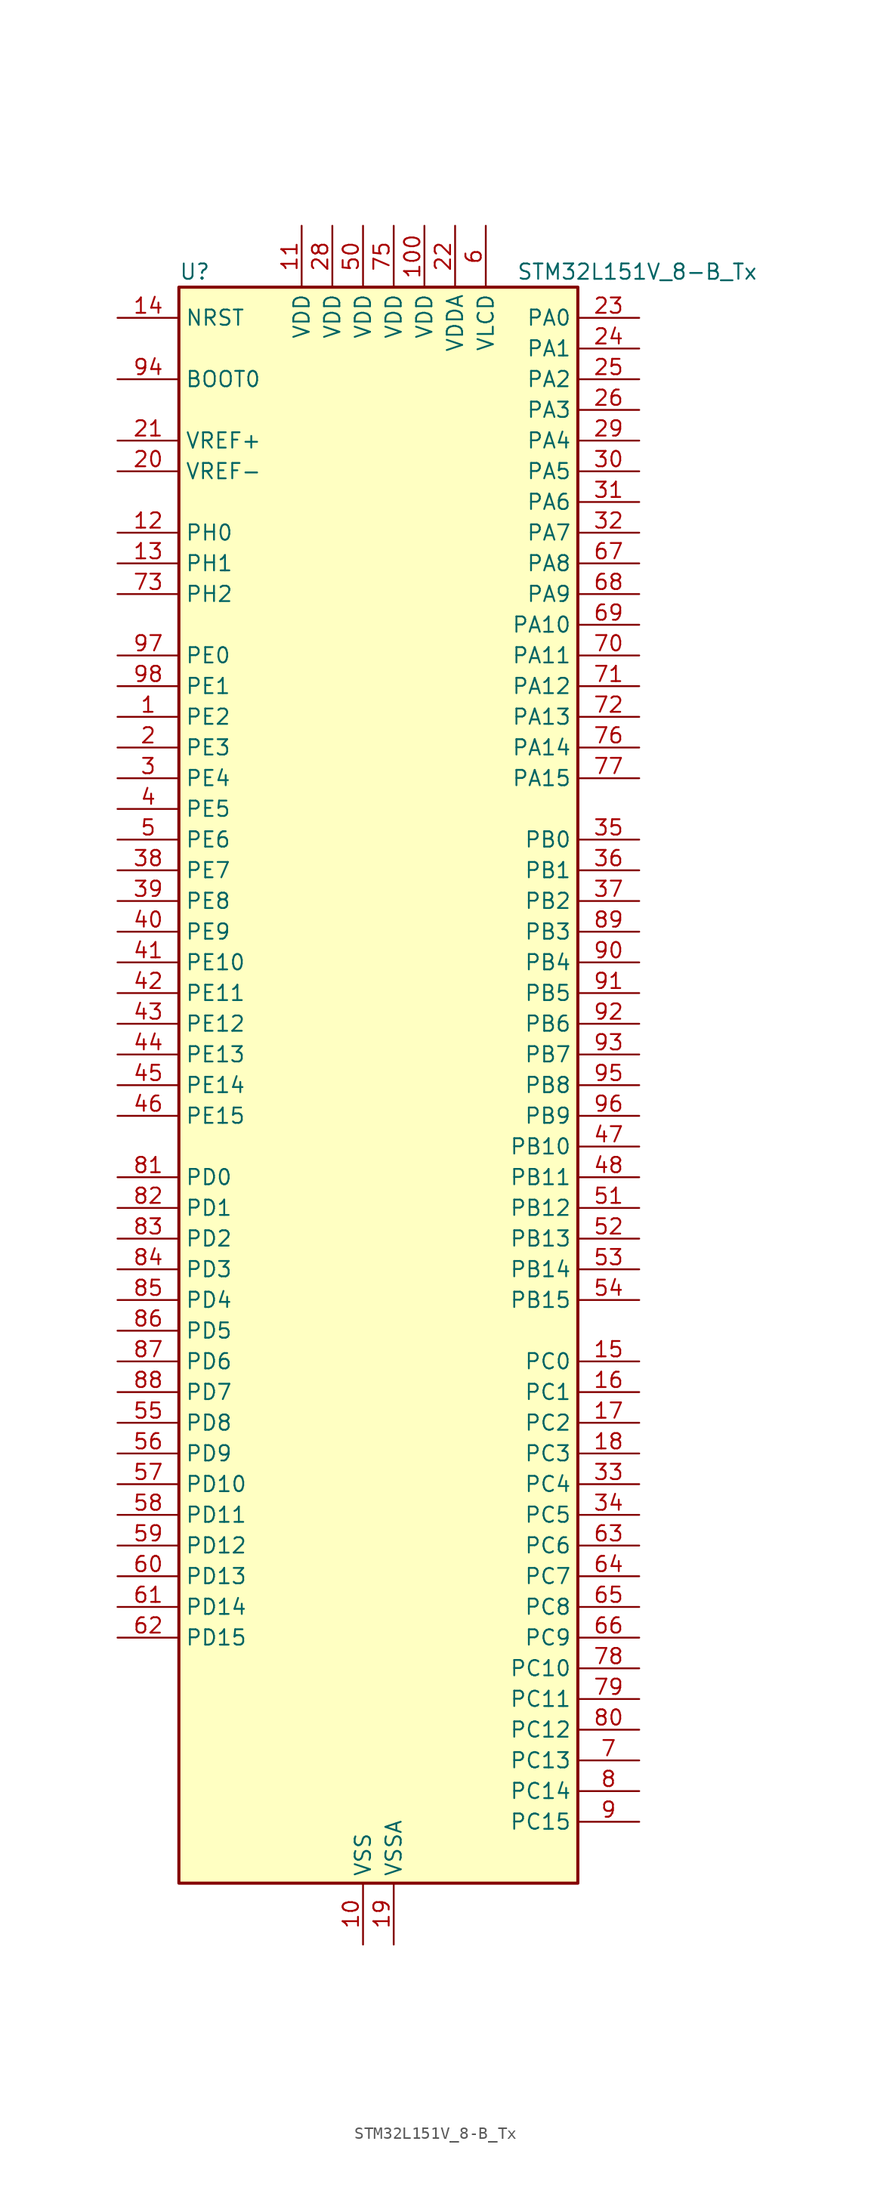
<source format=kicad_sym>
(kicad_symbol_lib
  (version 20231120)
  (generator "kicad-library-utils")
  (generator_version "8.0")
  (symbol "STM32L151V_8-B_Tx"
    (property "Reference" "U"
      (at -15.24 67.31 0)
      (effects (font (size 1.27 1.27)) (justify left)))
    (property "Value" "STM32L151V_8-B_Tx"
      (at 12.7 67.31 0)
      (effects (font (size 1.27 1.27)) (justify left)))
    (symbol "STM32L151V_8-B_Tx_0_1"
      (rectangle (start -15.24 -66.04) (end 17.78 66.04) (stroke (width 0.254) (type default)) (fill (type background))))
    (symbol "STM32L151V_8-B_Tx_1_1"
      (pin bidirectional line (at -20.32 30.48 0) (length 5.08) (name "PE2" (effects (font (size 1.27 1.27)))) (number "1" (effects (font (size 1.27 1.27)))) (alternate "SYS_TRACECK" bidirectional line) (alternate "TIM3_ETR" bidirectional line) (alternate "TIMX_IC3" bidirectional line))
      (pin power_in line (at 0 -71.12 90) (length 5.08) (name "VSS" (effects (font (size 1.27 1.27)))) (number "10" (effects (font (size 1.27 1.27)))))
      (pin power_in line (at 5.08 71.12 270) (length 5.08) (name "VDD" (effects (font (size 1.27 1.27)))) (number "100" (effects (font (size 1.27 1.27)))))
      (pin power_in line (at -5.08 71.12 270) (length 5.08) (name "VDD" (effects (font (size 1.27 1.27)))) (number "11" (effects (font (size 1.27 1.27)))))
      (pin bidirectional line (at -20.32 45.72 0) (length 5.08) (name "PH0" (effects (font (size 1.27 1.27)))) (number "12" (effects (font (size 1.27 1.27)))) (alternate "RCC_OSC_IN" bidirectional line))
      (pin bidirectional line (at -20.32 43.18 0) (length 5.08) (name "PH1" (effects (font (size 1.27 1.27)))) (number "13" (effects (font (size 1.27 1.27)))) (alternate "RCC_OSC_OUT" bidirectional line))
      (pin input line (at -20.32 63.5 0) (length 5.08) (name "NRST" (effects (font (size 1.27 1.27)))) (number "14" (effects (font (size 1.27 1.27)))))
      (pin bidirectional line (at 22.86 -22.86 180) (length 5.08) (name "PC0" (effects (font (size 1.27 1.27)))) (number "15" (effects (font (size 1.27 1.27)))) (alternate "ADC_IN10" bidirectional line) (alternate "COMP1_INP" bidirectional line) (alternate "TIMX_IC1" bidirectional line) (alternate "TS_G8_IO1" bidirectional line))
      (pin bidirectional line (at 22.86 -25.4 180) (length 5.08) (name "PC1" (effects (font (size 1.27 1.27)))) (number "16" (effects (font (size 1.27 1.27)))) (alternate "ADC_IN11" bidirectional line) (alternate "COMP1_INP" bidirectional line) (alternate "TIMX_IC2" bidirectional line) (alternate "TS_G8_IO2" bidirectional line))
      (pin bidirectional line (at 22.86 -27.94 180) (length 5.08) (name "PC2" (effects (font (size 1.27 1.27)))) (number "17" (effects (font (size 1.27 1.27)))) (alternate "ADC_IN12" bidirectional line) (alternate "COMP1_INP" bidirectional line) (alternate "TIMX_IC3" bidirectional line) (alternate "TS_G8_IO3" bidirectional line))
      (pin bidirectional line (at 22.86 -30.48 180) (length 5.08) (name "PC3" (effects (font (size 1.27 1.27)))) (number "18" (effects (font (size 1.27 1.27)))) (alternate "ADC_IN13" bidirectional line) (alternate "COMP1_INP" bidirectional line) (alternate "TIMX_IC4" bidirectional line) (alternate "TS_G8_IO4" bidirectional line))
      (pin power_in line (at 2.54 -71.12 90) (length 5.08) (name "VSSA" (effects (font (size 1.27 1.27)))) (number "19" (effects (font (size 1.27 1.27)))))
      (pin bidirectional line (at -20.32 27.94 0) (length 5.08) (name "PE3" (effects (font (size 1.27 1.27)))) (number "2" (effects (font (size 1.27 1.27)))) (alternate "SYS_TRACED0" bidirectional line) (alternate "TIM3_CH1" bidirectional line) (alternate "TIMX_IC4" bidirectional line))
      (pin input line (at -20.32 50.8 0) (length 5.08) (name "VREF-" (effects (font (size 1.27 1.27)))) (number "20" (effects (font (size 1.27 1.27)))))
      (pin input line (at -20.32 53.34 0) (length 5.08) (name "VREF+" (effects (font (size 1.27 1.27)))) (number "21" (effects (font (size 1.27 1.27)))))
      (pin power_in line (at 7.62 71.12 270) (length 5.08) (name "VDDA" (effects (font (size 1.27 1.27)))) (number "22" (effects (font (size 1.27 1.27)))))
      (pin bidirectional line (at 22.86 63.5 180) (length 5.08) (name "PA0" (effects (font (size 1.27 1.27)))) (number "23" (effects (font (size 1.27 1.27)))) (alternate "ADC_IN0" bidirectional line) (alternate "COMP1_INP" bidirectional line) (alternate "SYS_WKUP1" bidirectional line) (alternate "TIM2_CH1" bidirectional line) (alternate "TIM2_ETR" bidirectional line) (alternate "TIMX_IC1" bidirectional line) (alternate "TS_G1_IO1" bidirectional line) (alternate "USART2_CTS" bidirectional line))
      (pin bidirectional line (at 22.86 60.96 180) (length 5.08) (name "PA1" (effects (font (size 1.27 1.27)))) (number "24" (effects (font (size 1.27 1.27)))) (alternate "ADC_IN1" bidirectional line) (alternate "COMP1_INP" bidirectional line) (alternate "TIM2_CH2" bidirectional line) (alternate "TIMX_IC2" bidirectional line) (alternate "TS_G1_IO2" bidirectional line) (alternate "USART2_RTS" bidirectional line))
      (pin bidirectional line (at 22.86 58.42 180) (length 5.08) (name "PA2" (effects (font (size 1.27 1.27)))) (number "25" (effects (font (size 1.27 1.27)))) (alternate "ADC_IN2" bidirectional line) (alternate "COMP1_INP" bidirectional line) (alternate "TIM2_CH3" bidirectional line) (alternate "TIM9_CH1" bidirectional line) (alternate "TIMX_IC3" bidirectional line) (alternate "TS_G1_IO3" bidirectional line) (alternate "USART2_TX" bidirectional line))
      (pin bidirectional line (at 22.86 55.88 180) (length 5.08) (name "PA3" (effects (font (size 1.27 1.27)))) (number "26" (effects (font (size 1.27 1.27)))) (alternate "ADC_IN3" bidirectional line) (alternate "COMP1_INP" bidirectional line) (alternate "TIM2_CH4" bidirectional line) (alternate "TIM9_CH2" bidirectional line) (alternate "TIMX_IC4" bidirectional line) (alternate "TS_G1_IO4" bidirectional line) (alternate "USART2_RX" bidirectional line))
      (pin passive line (at 0 -71.12 90) (length 5.08) hide (name "VSS" (effects (font (size 1.27 1.27)))) (number "27" (effects (font (size 1.27 1.27)))))
      (pin power_in line (at -2.54 71.12 270) (length 5.08) (name "VDD" (effects (font (size 1.27 1.27)))) (number "28" (effects (font (size 1.27 1.27)))))
      (pin bidirectional line (at 22.86 53.34 180) (length 5.08) (name "PA4" (effects (font (size 1.27 1.27)))) (number "29" (effects (font (size 1.27 1.27)))) (alternate "ADC_IN4" bidirectional line) (alternate "COMP1_INP" bidirectional line) (alternate "DAC_OUT1" bidirectional line) (alternate "SPI1_NSS" bidirectional line) (alternate "TIMX_IC1" bidirectional line) (alternate "USART2_CK" bidirectional line))
      (pin bidirectional line (at -20.32 25.4 0) (length 5.08) (name "PE4" (effects (font (size 1.27 1.27)))) (number "3" (effects (font (size 1.27 1.27)))) (alternate "SYS_TRACED1" bidirectional line) (alternate "TIM3_CH2" bidirectional line) (alternate "TIMX_IC1" bidirectional line))
      (pin bidirectional line (at 22.86 50.8 180) (length 5.08) (name "PA5" (effects (font (size 1.27 1.27)))) (number "30" (effects (font (size 1.27 1.27)))) (alternate "ADC_IN5" bidirectional line) (alternate "COMP1_INP" bidirectional line) (alternate "DAC_OUT2" bidirectional line) (alternate "SPI1_SCK" bidirectional line) (alternate "TIM2_CH1" bidirectional line) (alternate "TIM2_ETR" bidirectional line) (alternate "TIMX_IC2" bidirectional line))
      (pin bidirectional line (at 22.86 48.26 180) (length 5.08) (name "PA6" (effects (font (size 1.27 1.27)))) (number "31" (effects (font (size 1.27 1.27)))) (alternate "ADC_IN6" bidirectional line) (alternate "COMP1_INP" bidirectional line) (alternate "SPI1_MISO" bidirectional line) (alternate "TIM10_CH1" bidirectional line) (alternate "TIM3_CH1" bidirectional line) (alternate "TIMX_IC3" bidirectional line) (alternate "TS_G2_IO1" bidirectional line))
      (pin bidirectional line (at 22.86 45.72 180) (length 5.08) (name "PA7" (effects (font (size 1.27 1.27)))) (number "32" (effects (font (size 1.27 1.27)))) (alternate "ADC_IN7" bidirectional line) (alternate "COMP1_INP" bidirectional line) (alternate "SPI1_MOSI" bidirectional line) (alternate "TIM11_CH1" bidirectional line) (alternate "TIM3_CH2" bidirectional line) (alternate "TIMX_IC4" bidirectional line) (alternate "TS_G2_IO2" bidirectional line))
      (pin bidirectional line (at 22.86 -33.02 180) (length 5.08) (name "PC4" (effects (font (size 1.27 1.27)))) (number "33" (effects (font (size 1.27 1.27)))) (alternate "ADC_IN14" bidirectional line) (alternate "COMP1_INP" bidirectional line) (alternate "TIMX_IC1" bidirectional line) (alternate "TS_G9_IO1" bidirectional line))
      (pin bidirectional line (at 22.86 -35.56 180) (length 5.08) (name "PC5" (effects (font (size 1.27 1.27)))) (number "34" (effects (font (size 1.27 1.27)))) (alternate "ADC_IN15" bidirectional line) (alternate "COMP1_INP" bidirectional line) (alternate "TIMX_IC2" bidirectional line) (alternate "TS_G9_IO2" bidirectional line))
      (pin bidirectional line (at 22.86 20.32 180) (length 5.08) (name "PB0" (effects (font (size 1.27 1.27)))) (number "35" (effects (font (size 1.27 1.27)))) (alternate "ADC_IN8" bidirectional line) (alternate "COMP1_INP" bidirectional line) (alternate "SYS_V_REF_OUT" bidirectional line) (alternate "TIM3_CH3" bidirectional line) (alternate "TS_G3_IO1" bidirectional line))
      (pin bidirectional line (at 22.86 17.78 180) (length 5.08) (name "PB1" (effects (font (size 1.27 1.27)))) (number "36" (effects (font (size 1.27 1.27)))) (alternate "ADC_IN9" bidirectional line) (alternate "COMP1_INP" bidirectional line) (alternate "SYS_V_REF_OUT" bidirectional line) (alternate "TIM3_CH4" bidirectional line) (alternate "TS_G3_IO2" bidirectional line))
      (pin bidirectional line (at 22.86 15.24 180) (length 5.08) (name "PB2" (effects (font (size 1.27 1.27)))) (number "37" (effects (font (size 1.27 1.27)))))
      (pin bidirectional line (at -20.32 17.78 0) (length 5.08) (name "PE7" (effects (font (size 1.27 1.27)))) (number "38" (effects (font (size 1.27 1.27)))) (alternate "ADC_IN22" bidirectional line) (alternate "COMP1_INP" bidirectional line) (alternate "TIMX_IC4" bidirectional line))
      (pin bidirectional line (at -20.32 15.24 0) (length 5.08) (name "PE8" (effects (font (size 1.27 1.27)))) (number "39" (effects (font (size 1.27 1.27)))) (alternate "ADC_IN23" bidirectional line) (alternate "COMP1_INP" bidirectional line) (alternate "TIMX_IC1" bidirectional line))
      (pin bidirectional line (at -20.32 22.86 0) (length 5.08) (name "PE5" (effects (font (size 1.27 1.27)))) (number "4" (effects (font (size 1.27 1.27)))) (alternate "SYS_TRACED2" bidirectional line) (alternate "TIM9_CH1" bidirectional line) (alternate "TIMX_IC2" bidirectional line))
      (pin bidirectional line (at -20.32 12.7 0) (length 5.08) (name "PE9" (effects (font (size 1.27 1.27)))) (number "40" (effects (font (size 1.27 1.27)))) (alternate "ADC_IN24" bidirectional line) (alternate "COMP1_INP" bidirectional line) (alternate "DAC_EXTI9" bidirectional line) (alternate "TIM2_CH1" bidirectional line) (alternate "TIM2_ETR" bidirectional line) (alternate "TIMX_IC2" bidirectional line))
      (pin bidirectional line (at -20.32 10.16 0) (length 5.08) (name "PE10" (effects (font (size 1.27 1.27)))) (number "41" (effects (font (size 1.27 1.27)))) (alternate "ADC_IN25" bidirectional line) (alternate "COMP1_INP" bidirectional line) (alternate "TIM2_CH2" bidirectional line) (alternate "TIMX_IC3" bidirectional line))
      (pin bidirectional line (at -20.32 7.62 0) (length 5.08) (name "PE11" (effects (font (size 1.27 1.27)))) (number "42" (effects (font (size 1.27 1.27)))) (alternate "ADC_EXTI11" bidirectional line) (alternate "TIM2_CH3" bidirectional line) (alternate "TIMX_IC4" bidirectional line))
      (pin bidirectional line (at -20.32 5.08 0) (length 5.08) (name "PE12" (effects (font (size 1.27 1.27)))) (number "43" (effects (font (size 1.27 1.27)))) (alternate "SPI1_NSS" bidirectional line) (alternate "TIM2_CH4" bidirectional line) (alternate "TIMX_IC1" bidirectional line))
      (pin bidirectional line (at -20.32 2.54 0) (length 5.08) (name "PE13" (effects (font (size 1.27 1.27)))) (number "44" (effects (font (size 1.27 1.27)))) (alternate "SPI1_SCK" bidirectional line) (alternate "TIMX_IC2" bidirectional line))
      (pin bidirectional line (at -20.32 0 0) (length 5.08) (name "PE14" (effects (font (size 1.27 1.27)))) (number "45" (effects (font (size 1.27 1.27)))) (alternate "SPI1_MISO" bidirectional line) (alternate "TIMX_IC3" bidirectional line))
      (pin bidirectional line (at -20.32 -2.54 0) (length 5.08) (name "PE15" (effects (font (size 1.27 1.27)))) (number "46" (effects (font (size 1.27 1.27)))) (alternate "ADC_EXTI15" bidirectional line) (alternate "SPI1_MOSI" bidirectional line) (alternate "TIMX_IC4" bidirectional line))
      (pin bidirectional line (at 22.86 -5.08 180) (length 5.08) (name "PB10" (effects (font (size 1.27 1.27)))) (number "47" (effects (font (size 1.27 1.27)))) (alternate "I2C2_SCL" bidirectional line) (alternate "TIM2_CH3" bidirectional line) (alternate "USART3_TX" bidirectional line))
      (pin bidirectional line (at 22.86 -7.62 180) (length 5.08) (name "PB11" (effects (font (size 1.27 1.27)))) (number "48" (effects (font (size 1.27 1.27)))) (alternate "ADC_EXTI11" bidirectional line) (alternate "I2C2_SDA" bidirectional line) (alternate "TIM2_CH4" bidirectional line) (alternate "USART3_RX" bidirectional line))
      (pin passive line (at 0 -71.12 90) (length 5.08) hide (name "VSS" (effects (font (size 1.27 1.27)))) (number "49" (effects (font (size 1.27 1.27)))))
      (pin bidirectional line (at -20.32 20.32 0) (length 5.08) (name "PE6" (effects (font (size 1.27 1.27)))) (number "5" (effects (font (size 1.27 1.27)))) (alternate "SYS_TRACED3" bidirectional line) (alternate "SYS_WKUP3" bidirectional line) (alternate "TIM9_CH2" bidirectional line) (alternate "TIMX_IC3" bidirectional line))
      (pin power_in line (at 0 71.12 270) (length 5.08) (name "VDD" (effects (font (size 1.27 1.27)))) (number "50" (effects (font (size 1.27 1.27)))))
      (pin bidirectional line (at 22.86 -10.16 180) (length 5.08) (name "PB12" (effects (font (size 1.27 1.27)))) (number "51" (effects (font (size 1.27 1.27)))) (alternate "ADC_IN18" bidirectional line) (alternate "COMP1_INP" bidirectional line) (alternate "I2C2_SMBA" bidirectional line) (alternate "SPI2_NSS" bidirectional line) (alternate "TIM10_CH1" bidirectional line) (alternate "TS_G7_IO1" bidirectional line) (alternate "USART3_CK" bidirectional line))
      (pin bidirectional line (at 22.86 -12.7 180) (length 5.08) (name "PB13" (effects (font (size 1.27 1.27)))) (number "52" (effects (font (size 1.27 1.27)))) (alternate "ADC_IN19" bidirectional line) (alternate "COMP1_INP" bidirectional line) (alternate "SPI2_SCK" bidirectional line) (alternate "TIM9_CH1" bidirectional line) (alternate "TS_G7_IO2" bidirectional line) (alternate "USART3_CTS" bidirectional line))
      (pin bidirectional line (at 22.86 -15.24 180) (length 5.08) (name "PB14" (effects (font (size 1.27 1.27)))) (number "53" (effects (font (size 1.27 1.27)))) (alternate "ADC_IN20" bidirectional line) (alternate "COMP1_INP" bidirectional line) (alternate "SPI2_MISO" bidirectional line) (alternate "TIM9_CH2" bidirectional line) (alternate "TS_G7_IO3" bidirectional line) (alternate "USART3_RTS" bidirectional line))
      (pin bidirectional line (at 22.86 -17.78 180) (length 5.08) (name "PB15" (effects (font (size 1.27 1.27)))) (number "54" (effects (font (size 1.27 1.27)))) (alternate "ADC_EXTI15" bidirectional line) (alternate "ADC_IN21" bidirectional line) (alternate "COMP1_INP" bidirectional line) (alternate "RTC_REFIN" bidirectional line) (alternate "SPI2_MOSI" bidirectional line) (alternate "TIM11_CH1" bidirectional line) (alternate "TS_G7_IO4" bidirectional line))
      (pin bidirectional line (at -20.32 -27.94 0) (length 5.08) (name "PD8" (effects (font (size 1.27 1.27)))) (number "55" (effects (font (size 1.27 1.27)))) (alternate "TIMX_IC1" bidirectional line) (alternate "USART3_TX" bidirectional line))
      (pin bidirectional line (at -20.32 -30.48 0) (length 5.08) (name "PD9" (effects (font (size 1.27 1.27)))) (number "56" (effects (font (size 1.27 1.27)))) (alternate "DAC_EXTI9" bidirectional line) (alternate "TIMX_IC2" bidirectional line) (alternate "USART3_RX" bidirectional line))
      (pin bidirectional line (at -20.32 -33.02 0) (length 5.08) (name "PD10" (effects (font (size 1.27 1.27)))) (number "57" (effects (font (size 1.27 1.27)))) (alternate "TIMX_IC3" bidirectional line) (alternate "USART3_CK" bidirectional line))
      (pin bidirectional line (at -20.32 -35.56 0) (length 5.08) (name "PD11" (effects (font (size 1.27 1.27)))) (number "58" (effects (font (size 1.27 1.27)))) (alternate "ADC_EXTI11" bidirectional line) (alternate "TIMX_IC4" bidirectional line) (alternate "USART3_CTS" bidirectional line))
      (pin bidirectional line (at -20.32 -38.1 0) (length 5.08) (name "PD12" (effects (font (size 1.27 1.27)))) (number "59" (effects (font (size 1.27 1.27)))) (alternate "TIM4_CH1" bidirectional line) (alternate "TIMX_IC1" bidirectional line) (alternate "USART3_RTS" bidirectional line))
      (pin power_in line (at 10.16 71.12 270) (length 5.08) (name "VLCD" (effects (font (size 1.27 1.27)))) (number "6" (effects (font (size 1.27 1.27)))))
      (pin bidirectional line (at -20.32 -40.64 0) (length 5.08) (name "PD13" (effects (font (size 1.27 1.27)))) (number "60" (effects (font (size 1.27 1.27)))) (alternate "TIM4_CH2" bidirectional line) (alternate "TIMX_IC2" bidirectional line))
      (pin bidirectional line (at -20.32 -43.18 0) (length 5.08) (name "PD14" (effects (font (size 1.27 1.27)))) (number "61" (effects (font (size 1.27 1.27)))) (alternate "TIM4_CH3" bidirectional line) (alternate "TIMX_IC3" bidirectional line))
      (pin bidirectional line (at -20.32 -45.72 0) (length 5.08) (name "PD15" (effects (font (size 1.27 1.27)))) (number "62" (effects (font (size 1.27 1.27)))) (alternate "ADC_EXTI15" bidirectional line) (alternate "TIM4_CH4" bidirectional line) (alternate "TIMX_IC4" bidirectional line))
      (pin bidirectional line (at 22.86 -38.1 180) (length 5.08) (name "PC6" (effects (font (size 1.27 1.27)))) (number "63" (effects (font (size 1.27 1.27)))) (alternate "TIM3_CH1" bidirectional line) (alternate "TIMX_IC3" bidirectional line) (alternate "TS_G10_IO1" bidirectional line))
      (pin bidirectional line (at 22.86 -40.64 180) (length 5.08) (name "PC7" (effects (font (size 1.27 1.27)))) (number "64" (effects (font (size 1.27 1.27)))) (alternate "TIM3_CH2" bidirectional line) (alternate "TIMX_IC4" bidirectional line) (alternate "TS_G10_IO2" bidirectional line))
      (pin bidirectional line (at 22.86 -43.18 180) (length 5.08) (name "PC8" (effects (font (size 1.27 1.27)))) (number "65" (effects (font (size 1.27 1.27)))) (alternate "TIM3_CH3" bidirectional line) (alternate "TIMX_IC1" bidirectional line) (alternate "TS_G10_IO3" bidirectional line))
      (pin bidirectional line (at 22.86 -45.72 180) (length 5.08) (name "PC9" (effects (font (size 1.27 1.27)))) (number "66" (effects (font (size 1.27 1.27)))) (alternate "DAC_EXTI9" bidirectional line) (alternate "TIM3_CH4" bidirectional line) (alternate "TIMX_IC2" bidirectional line) (alternate "TS_G10_IO4" bidirectional line))
      (pin bidirectional line (at 22.86 43.18 180) (length 5.08) (name "PA8" (effects (font (size 1.27 1.27)))) (number "67" (effects (font (size 1.27 1.27)))) (alternate "RCC_MCO" bidirectional line) (alternate "TIMX_IC1" bidirectional line) (alternate "TS_G4_IO1" bidirectional line) (alternate "USART1_CK" bidirectional line))
      (pin bidirectional line (at 22.86 40.64 180) (length 5.08) (name "PA9" (effects (font (size 1.27 1.27)))) (number "68" (effects (font (size 1.27 1.27)))) (alternate "DAC_EXTI9" bidirectional line) (alternate "TIMX_IC2" bidirectional line) (alternate "TS_G4_IO2" bidirectional line) (alternate "USART1_TX" bidirectional line))
      (pin bidirectional line (at 22.86 38.1 180) (length 5.08) (name "PA10" (effects (font (size 1.27 1.27)))) (number "69" (effects (font (size 1.27 1.27)))) (alternate "TIMX_IC3" bidirectional line) (alternate "TS_G4_IO3" bidirectional line) (alternate "USART1_RX" bidirectional line))
      (pin bidirectional line (at 22.86 -55.88 180) (length 5.08) (name "PC13" (effects (font (size 1.27 1.27)))) (number "7" (effects (font (size 1.27 1.27)))) (alternate "RTC_OUT_ALARM" bidirectional line) (alternate "RTC_OUT_CALIB" bidirectional line) (alternate "RTC_TAMP1" bidirectional line) (alternate "RTC_TS" bidirectional line) (alternate "SYS_WKUP2" bidirectional line) (alternate "TIMX_IC2" bidirectional line))
      (pin bidirectional line (at 22.86 35.56 180) (length 5.08) (name "PA11" (effects (font (size 1.27 1.27)))) (number "70" (effects (font (size 1.27 1.27)))) (alternate "ADC_EXTI11" bidirectional line) (alternate "SPI1_MISO" bidirectional line) (alternate "TIMX_IC4" bidirectional line) (alternate "USART1_CTS" bidirectional line) (alternate "USB_DM" bidirectional line))
      (pin bidirectional line (at 22.86 33.02 180) (length 5.08) (name "PA12" (effects (font (size 1.27 1.27)))) (number "71" (effects (font (size 1.27 1.27)))) (alternate "SPI1_MOSI" bidirectional line) (alternate "TIMX_IC1" bidirectional line) (alternate "USART1_RTS" bidirectional line) (alternate "USB_DP" bidirectional line))
      (pin bidirectional line (at 22.86 30.48 180) (length 5.08) (name "PA13" (effects (font (size 1.27 1.27)))) (number "72" (effects (font (size 1.27 1.27)))) (alternate "SYS_JTMS-SWDIO" bidirectional line) (alternate "TIMX_IC2" bidirectional line) (alternate "TS_G5_IO1" bidirectional line))
      (pin bidirectional line (at -20.32 40.64 0) (length 5.08) (name "PH2" (effects (font (size 1.27 1.27)))) (number "73" (effects (font (size 1.27 1.27)))))
      (pin passive line (at 0 -71.12 90) (length 5.08) hide (name "VSS" (effects (font (size 1.27 1.27)))) (number "74" (effects (font (size 1.27 1.27)))))
      (pin power_in line (at 2.54 71.12 270) (length 5.08) (name "VDD" (effects (font (size 1.27 1.27)))) (number "75" (effects (font (size 1.27 1.27)))))
      (pin bidirectional line (at 22.86 27.94 180) (length 5.08) (name "PA14" (effects (font (size 1.27 1.27)))) (number "76" (effects (font (size 1.27 1.27)))) (alternate "SYS_JTCK-SWCLK" bidirectional line) (alternate "TIMX_IC3" bidirectional line) (alternate "TS_G5_IO2" bidirectional line))
      (pin bidirectional line (at 22.86 25.4 180) (length 5.08) (name "PA15" (effects (font (size 1.27 1.27)))) (number "77" (effects (font (size 1.27 1.27)))) (alternate "ADC_EXTI15" bidirectional line) (alternate "SPI1_NSS" bidirectional line) (alternate "SYS_JTDI" bidirectional line) (alternate "TIM2_CH1" bidirectional line) (alternate "TIM2_ETR" bidirectional line) (alternate "TIMX_IC4" bidirectional line) (alternate "TS_G5_IO3" bidirectional line))
      (pin bidirectional line (at 22.86 -48.26 180) (length 5.08) (name "PC10" (effects (font (size 1.27 1.27)))) (number "78" (effects (font (size 1.27 1.27)))) (alternate "TIMX_IC3" bidirectional line) (alternate "USART3_TX" bidirectional line))
      (pin bidirectional line (at 22.86 -50.8 180) (length 5.08) (name "PC11" (effects (font (size 1.27 1.27)))) (number "79" (effects (font (size 1.27 1.27)))) (alternate "ADC_EXTI11" bidirectional line) (alternate "TIMX_IC4" bidirectional line) (alternate "USART3_RX" bidirectional line))
      (pin bidirectional line (at 22.86 -58.42 180) (length 5.08) (name "PC14" (effects (font (size 1.27 1.27)))) (number "8" (effects (font (size 1.27 1.27)))) (alternate "RCC_OSC32_IN" bidirectional line) (alternate "TIMX_IC3" bidirectional line))
      (pin bidirectional line (at 22.86 -53.34 180) (length 5.08) (name "PC12" (effects (font (size 1.27 1.27)))) (number "80" (effects (font (size 1.27 1.27)))) (alternate "TIMX_IC1" bidirectional line) (alternate "USART3_CK" bidirectional line))
      (pin bidirectional line (at -20.32 -7.62 0) (length 5.08) (name "PD0" (effects (font (size 1.27 1.27)))) (number "81" (effects (font (size 1.27 1.27)))) (alternate "SPI2_NSS" bidirectional line) (alternate "TIM9_CH1" bidirectional line) (alternate "TIMX_IC1" bidirectional line))
      (pin bidirectional line (at -20.32 -10.16 0) (length 5.08) (name "PD1" (effects (font (size 1.27 1.27)))) (number "82" (effects (font (size 1.27 1.27)))) (alternate "SPI2_SCK" bidirectional line) (alternate "TIMX_IC2" bidirectional line))
      (pin bidirectional line (at -20.32 -12.7 0) (length 5.08) (name "PD2" (effects (font (size 1.27 1.27)))) (number "83" (effects (font (size 1.27 1.27)))) (alternate "TIM3_ETR" bidirectional line) (alternate "TIMX_IC3" bidirectional line))
      (pin bidirectional line (at -20.32 -15.24 0) (length 5.08) (name "PD3" (effects (font (size 1.27 1.27)))) (number "84" (effects (font (size 1.27 1.27)))) (alternate "SPI2_MISO" bidirectional line) (alternate "TIMX_IC4" bidirectional line) (alternate "USART2_CTS" bidirectional line))
      (pin bidirectional line (at -20.32 -17.78 0) (length 5.08) (name "PD4" (effects (font (size 1.27 1.27)))) (number "85" (effects (font (size 1.27 1.27)))) (alternate "SPI2_MOSI" bidirectional line) (alternate "TIMX_IC1" bidirectional line) (alternate "USART2_RTS" bidirectional line))
      (pin bidirectional line (at -20.32 -20.32 0) (length 5.08) (name "PD5" (effects (font (size 1.27 1.27)))) (number "86" (effects (font (size 1.27 1.27)))) (alternate "TIMX_IC2" bidirectional line) (alternate "USART2_TX" bidirectional line))
      (pin bidirectional line (at -20.32 -22.86 0) (length 5.08) (name "PD6" (effects (font (size 1.27 1.27)))) (number "87" (effects (font (size 1.27 1.27)))) (alternate "TIMX_IC3" bidirectional line) (alternate "USART2_RX" bidirectional line))
      (pin bidirectional line (at -20.32 -25.4 0) (length 5.08) (name "PD7" (effects (font (size 1.27 1.27)))) (number "88" (effects (font (size 1.27 1.27)))) (alternate "TIM9_CH2" bidirectional line) (alternate "TIMX_IC4" bidirectional line) (alternate "USART2_CK" bidirectional line))
      (pin bidirectional line (at 22.86 12.7 180) (length 5.08) (name "PB3" (effects (font (size 1.27 1.27)))) (number "89" (effects (font (size 1.27 1.27)))) (alternate "COMP2_INM" bidirectional line) (alternate "SPI1_SCK" bidirectional line) (alternate "SYS_JTDO-TRACESWO" bidirectional line) (alternate "TIM2_CH2" bidirectional line))
      (pin bidirectional line (at 22.86 -60.96 180) (length 5.08) (name "PC15" (effects (font (size 1.27 1.27)))) (number "9" (effects (font (size 1.27 1.27)))) (alternate "ADC_EXTI15" bidirectional line) (alternate "RCC_OSC32_OUT" bidirectional line) (alternate "TIMX_IC4" bidirectional line))
      (pin bidirectional line (at 22.86 10.16 180) (length 5.08) (name "PB4" (effects (font (size 1.27 1.27)))) (number "90" (effects (font (size 1.27 1.27)))) (alternate "COMP2_INP" bidirectional line) (alternate "SPI1_MISO" bidirectional line) (alternate "SYS_JTRST" bidirectional line) (alternate "TIM3_CH1" bidirectional line) (alternate "TS_G6_IO1" bidirectional line))
      (pin bidirectional line (at 22.86 7.62 180) (length 5.08) (name "PB5" (effects (font (size 1.27 1.27)))) (number "91" (effects (font (size 1.27 1.27)))) (alternate "COMP2_INP" bidirectional line) (alternate "I2C1_SMBA" bidirectional line) (alternate "SPI1_MOSI" bidirectional line) (alternate "TIM3_CH2" bidirectional line) (alternate "TS_G6_IO2" bidirectional line))
      (pin bidirectional line (at 22.86 5.08 180) (length 5.08) (name "PB6" (effects (font (size 1.27 1.27)))) (number "92" (effects (font (size 1.27 1.27)))) (alternate "I2C1_SCL" bidirectional line) (alternate "TIM4_CH1" bidirectional line) (alternate "USART1_TX" bidirectional line))
      (pin bidirectional line (at 22.86 2.54 180) (length 5.08) (name "PB7" (effects (font (size 1.27 1.27)))) (number "93" (effects (font (size 1.27 1.27)))) (alternate "I2C1_SDA" bidirectional line) (alternate "SYS_PVD_IN" bidirectional line) (alternate "TIM4_CH2" bidirectional line) (alternate "USART1_RX" bidirectional line))
      (pin input line (at -20.32 58.42 0) (length 5.08) (name "BOOT0" (effects (font (size 1.27 1.27)))) (number "94" (effects (font (size 1.27 1.27)))))
      (pin bidirectional line (at 22.86 0 180) (length 5.08) (name "PB8" (effects (font (size 1.27 1.27)))) (number "95" (effects (font (size 1.27 1.27)))) (alternate "I2C1_SCL" bidirectional line) (alternate "TIM10_CH1" bidirectional line) (alternate "TIM4_CH3" bidirectional line))
      (pin bidirectional line (at 22.86 -2.54 180) (length 5.08) (name "PB9" (effects (font (size 1.27 1.27)))) (number "96" (effects (font (size 1.27 1.27)))) (alternate "DAC_EXTI9" bidirectional line) (alternate "I2C1_SDA" bidirectional line) (alternate "TIM11_CH1" bidirectional line) (alternate "TIM4_CH4" bidirectional line))
      (pin bidirectional line (at -20.32 35.56 0) (length 5.08) (name "PE0" (effects (font (size 1.27 1.27)))) (number "97" (effects (font (size 1.27 1.27)))) (alternate "TIM10_CH1" bidirectional line) (alternate "TIM4_ETR" bidirectional line) (alternate "TIMX_IC1" bidirectional line))
      (pin bidirectional line (at -20.32 33.02 0) (length 5.08) (name "PE1" (effects (font (size 1.27 1.27)))) (number "98" (effects (font (size 1.27 1.27)))) (alternate "TIM11_CH1" bidirectional line) (alternate "TIMX_IC2" bidirectional line))
      (pin passive line (at 0 -71.12 90) (length 5.08) hide (name "VSS" (effects (font (size 1.27 1.27)))) (number "99" (effects (font (size 1.27 1.27))))))))
</source>
